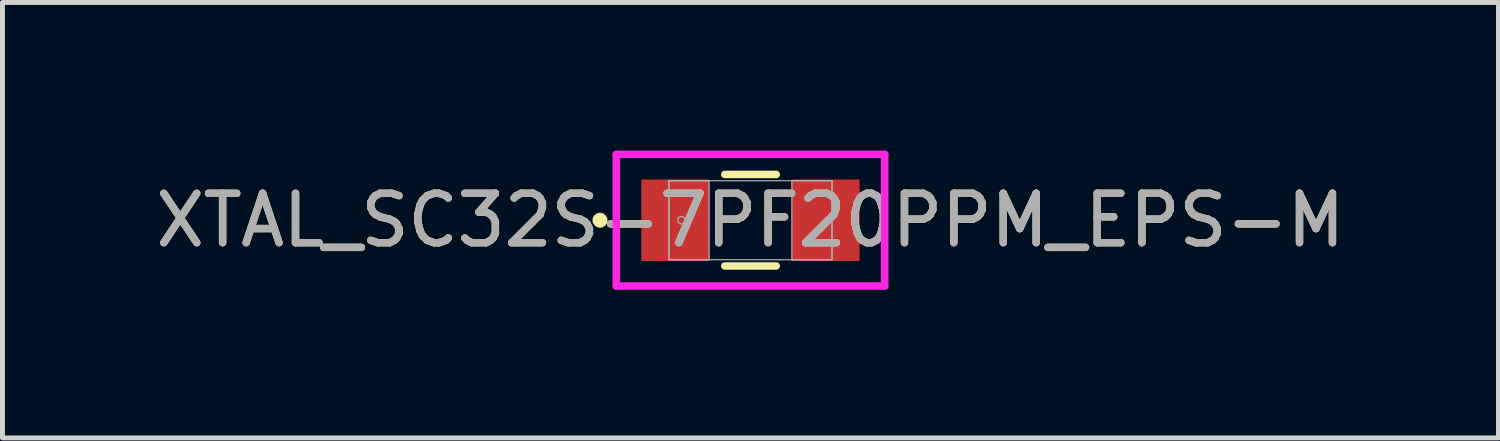
<source format=kicad_pcb>
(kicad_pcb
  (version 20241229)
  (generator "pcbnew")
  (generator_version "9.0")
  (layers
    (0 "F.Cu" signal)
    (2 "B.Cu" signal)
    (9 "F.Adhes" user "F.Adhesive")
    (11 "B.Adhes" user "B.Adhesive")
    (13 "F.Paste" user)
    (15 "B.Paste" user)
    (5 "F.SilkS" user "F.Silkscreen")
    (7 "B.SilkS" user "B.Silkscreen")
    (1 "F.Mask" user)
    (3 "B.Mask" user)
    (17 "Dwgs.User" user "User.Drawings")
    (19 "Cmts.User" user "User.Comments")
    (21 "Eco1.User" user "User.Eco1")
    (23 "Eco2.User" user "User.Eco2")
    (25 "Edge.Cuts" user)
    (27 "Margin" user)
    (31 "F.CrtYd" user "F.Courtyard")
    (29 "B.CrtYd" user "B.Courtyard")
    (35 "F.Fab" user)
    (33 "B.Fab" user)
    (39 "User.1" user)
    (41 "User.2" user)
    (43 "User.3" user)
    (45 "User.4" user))
  (footprint "XTAL_SC32S-7PF20PPM_EPS-M"
    (layer "F.Cu")
    (at 12.149 1.41)
    (property "Reference" "XTAL_SC32S-7PF20PPM_EPS-M" (at 0 0 0) (unlocked yes) (layer "F.SilkS") (effects (font (size 1 1) (thickness 0.15))))
    (attr smd)
    (fp_line (start -0.521 0.927) (end 0.521 0.927) (stroke (width 0.152) (type solid)) (layer "F.SilkS"))
    (fp_line (start 0.521 -0.927) (end -0.521 -0.927) (stroke (width 0.152) (type solid)) (layer "F.SilkS"))
    (fp_circle (center -3.048 0) (end -2.972 0) (stroke (width 0.152) (type solid)) (fill no) (layer "F.SilkS"))
    (fp_line (start -2.718 -1.333) (end 2.718 -1.333) (stroke (width 0.152) (type solid)) (layer "F.CrtYd"))
    (fp_line (start -2.718 1.333) (end -2.718 -1.333) (stroke (width 0.152) (type solid)) (layer "F.CrtYd"))
    (fp_line (start 2.718 -1.333) (end 2.718 1.333) (stroke (width 0.152) (type solid)) (layer "F.CrtYd"))
    (fp_line (start 2.718 1.333) (end -2.718 1.333) (stroke (width 0.152) (type solid)) (layer "F.CrtYd"))
    (fp_line (start -1.651 -0.8) (end -1.651 0.8) (stroke (width 0.025) (type solid)) (layer "F.Fab"))
    (fp_line (start -1.651 -0.8) (end -1.651 0.8) (stroke (width 0.025) (type solid)) (layer "F.Fab"))
    (fp_line (start -1.651 0.8) (end -0.838 0.8) (stroke (width 0.025) (type solid)) (layer "F.Fab"))
    (fp_line (start -1.651 0.8) (end 1.651 0.8) (stroke (width 0.025) (type solid)) (layer "F.Fab"))
    (fp_line (start -0.838 -0.8) (end -1.651 -0.8) (stroke (width 0.025) (type solid)) (layer "F.Fab"))
    (fp_line (start -0.838 0.8) (end -0.838 -0.8) (stroke (width 0.025) (type solid)) (layer "F.Fab"))
    (fp_line (start 0.838 -0.8) (end 0.838 0.8) (stroke (width 0.025) (type solid)) (layer "F.Fab"))
    (fp_line (start 0.838 0.8) (end 1.651 0.8) (stroke (width 0.025) (type solid)) (layer "F.Fab"))
    (fp_line (start 1.651 -0.8) (end -1.651 -0.8) (stroke (width 0.025) (type solid)) (layer "F.Fab"))
    (fp_line (start 1.651 -0.8) (end 0.838 -0.8) (stroke (width 0.025) (type solid)) (layer "F.Fab"))
    (fp_line (start 1.651 0.8) (end 1.651 -0.8) (stroke (width 0.025) (type solid)) (layer "F.Fab"))
    (fp_line (start 1.651 0.8) (end 1.651 -0.8) (stroke (width 0.025) (type solid)) (layer "F.Fab"))
    (fp_circle (center -1.397 0) (end -1.321 0) (stroke (width 0.025) (type solid)) (fill no) (layer "F.Fab"))
    (fp_text user "${REFERENCE}" (at 0 0 0) (unlocked yes) (layer "F.Fab") (effects (font (size 1 1) (thickness 0.15))))
    (pad "1" smd rect (at -1.524 0) (size 1.372 1.651) (layers "F.Cu" "F.Mask" "F.Paste"))
    (pad "2" smd rect (at 1.524 0) (size 1.372 1.651) (layers "F.Cu" "F.Mask" "F.Paste"))
    (zone (net_name "") (layer "F.Cu") (hatch full 0.508) (connect_pads) (min_thickness 0.254) (filled_areas_thickness no) (keepout (tracks not_allowed) (vias not_allowed) (pads allowed) (copperpour not_allowed) (footprints allowed)) (placement (enabled no)) (fill) (polygon (pts (xy 11.361 0.66) (xy 12.936 0.66) (xy 12.936 2.159) (xy 11.361 2.159)))))
  (gr_rect
    (start -3 -3)
    (end 27.298 5.819)
    (stroke (width 0.1) (type default))
    (fill no)
    (layer "Edge.Cuts")))
</source>
